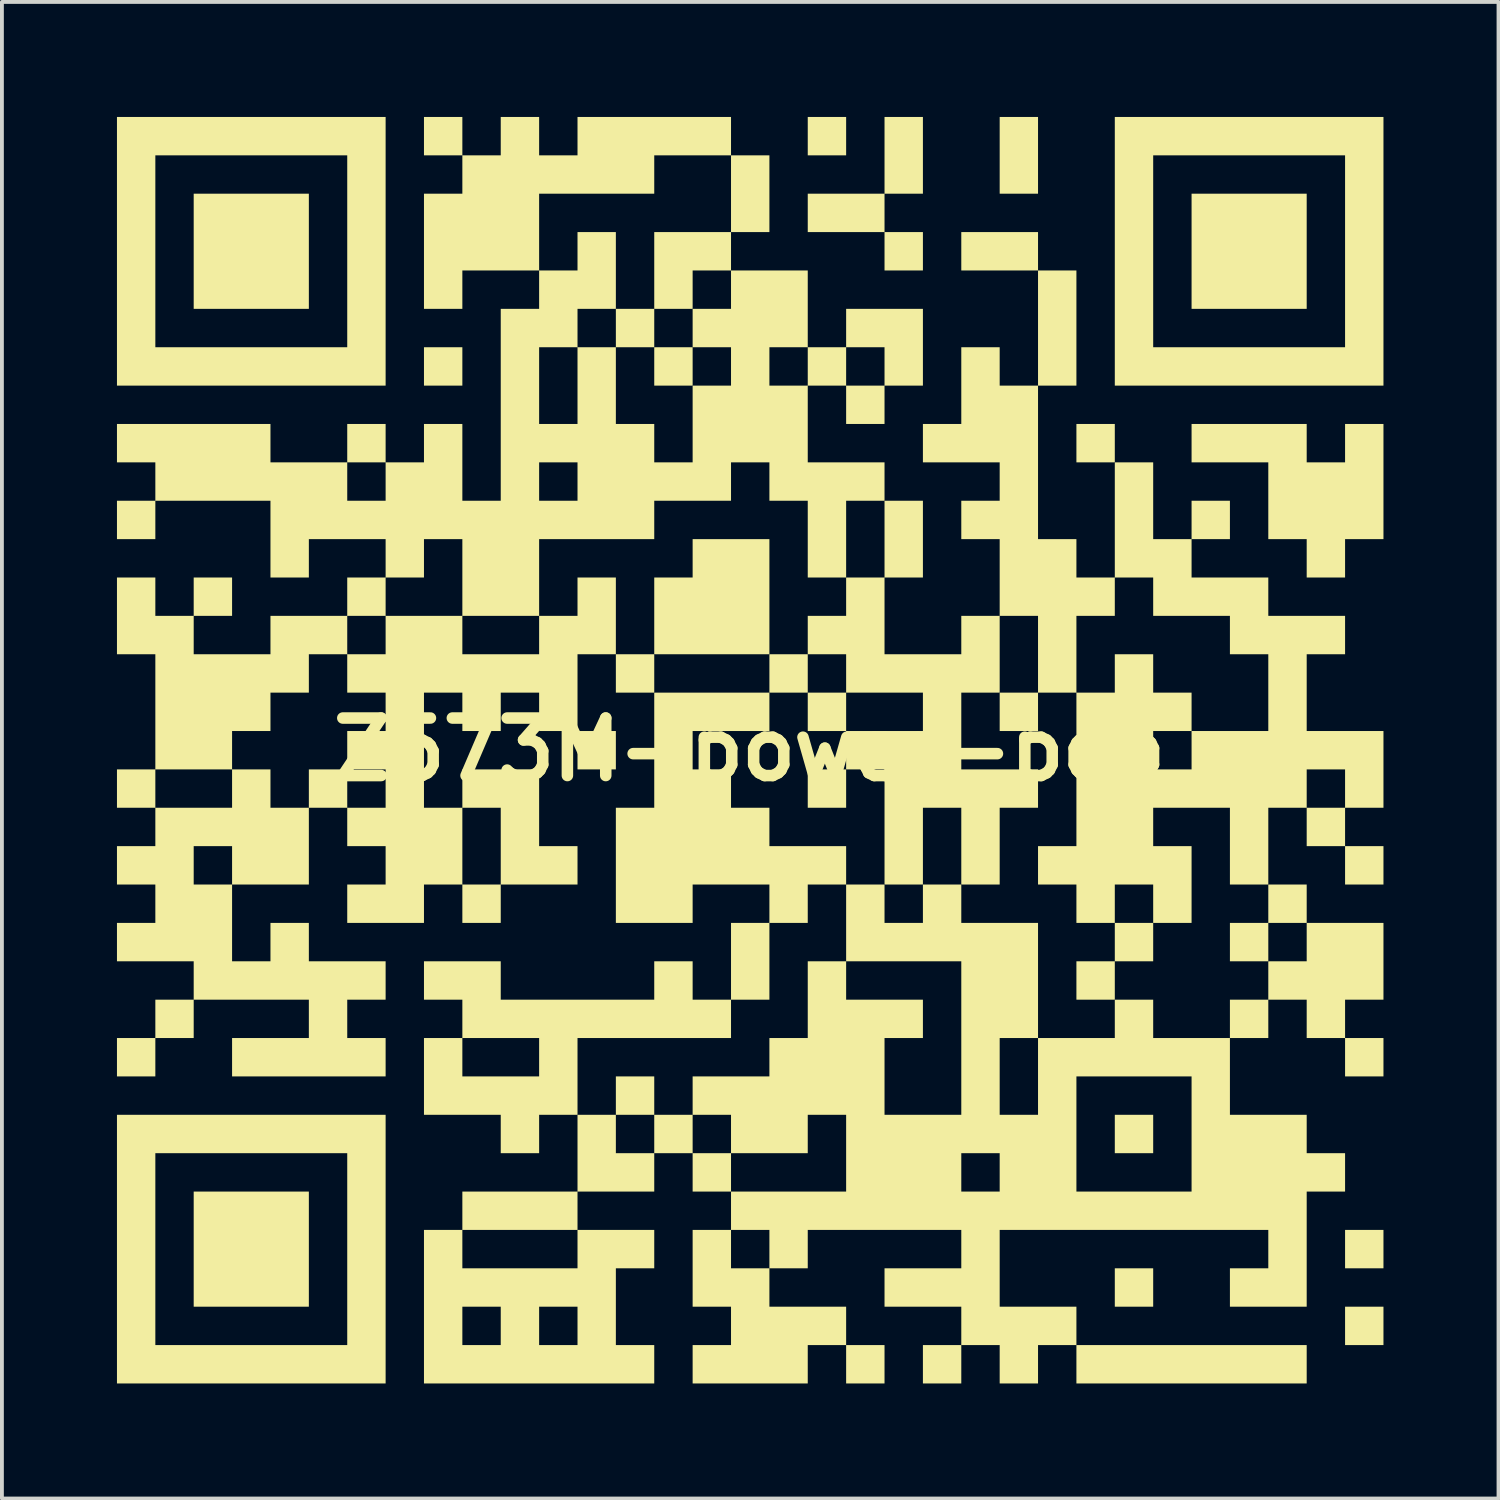
<source format=kicad_pcb>
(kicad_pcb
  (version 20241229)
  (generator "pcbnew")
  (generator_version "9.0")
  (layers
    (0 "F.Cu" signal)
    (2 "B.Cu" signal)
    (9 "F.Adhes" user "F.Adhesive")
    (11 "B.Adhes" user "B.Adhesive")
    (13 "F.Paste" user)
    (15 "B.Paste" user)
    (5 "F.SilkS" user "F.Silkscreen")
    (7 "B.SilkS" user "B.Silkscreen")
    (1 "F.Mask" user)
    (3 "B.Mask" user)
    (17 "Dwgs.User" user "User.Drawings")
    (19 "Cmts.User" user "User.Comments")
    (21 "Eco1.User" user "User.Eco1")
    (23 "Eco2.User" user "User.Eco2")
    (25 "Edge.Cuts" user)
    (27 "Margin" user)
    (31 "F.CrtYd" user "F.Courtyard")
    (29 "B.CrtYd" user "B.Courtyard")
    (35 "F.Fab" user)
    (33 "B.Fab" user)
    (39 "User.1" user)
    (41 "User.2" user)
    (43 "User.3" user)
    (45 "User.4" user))
  (footprint "Z573M-power-pcb"
    (layer "F.Cu")
    (at 16.496 16.496)
    (property "Reference" "Z573M-power-pcb" (at 0 0 0) (layer "F.SilkS") (effects (font (size 1.5 1.5) (thickness 0.3))))
    (attr board_only exclude_from_pos_files exclude_from_bom)
    (fp_poly (pts (xy -11.492 -12.993) (xy -11.492 -11.492) (xy -12.993 -11.492) (xy -14.495 -11.492) (xy -14.495 -12.993) (xy -14.495 -14.495) (xy -12.993 -14.495) (xy -11.492 -14.495)) (stroke (width 0) (type solid)) (fill yes) (layer "F.SilkS"))
    (fp_poly (pts (xy -11.492 13.028) (xy -11.492 14.529) (xy -12.993 14.529) (xy -14.495 14.529) (xy -14.495 13.028) (xy -14.495 11.527) (xy -12.993 11.527) (xy -11.492 11.527)) (stroke (width 0) (type solid)) (fill yes) (layer "F.SilkS"))
    (fp_poly (pts (xy -7.489 -9.991) (xy -7.489 -9.49) (xy -7.989 -9.49) (xy -8.49 -9.49) (xy -8.49 -9.991) (xy -8.49 -10.491) (xy -7.989 -10.491) (xy -7.489 -10.491)) (stroke (width 0) (type solid)) (fill yes) (layer "F.SilkS"))
    (fp_poly (pts (xy -3.486 0.017) (xy -3.486 0.518) (xy -3.986 0.518) (xy -4.486 0.518) (xy -4.486 0.017) (xy -4.486 -0.483) (xy -3.986 -0.483) (xy -3.486 -0.483)) (stroke (width 0) (type solid)) (fill yes) (layer "F.SilkS"))
    (fp_poly (pts (xy -2.485 -10.992) (xy -2.485 -10.491) (xy -2.985 -10.491) (xy -3.486 -10.491) (xy -3.486 -10.992) (xy -3.486 -11.492) (xy -2.985 -11.492) (xy -2.485 -11.492)) (stroke (width 0) (type solid)) (fill yes) (layer "F.SilkS"))
    (fp_poly (pts (xy -2.485 -1.984) (xy -2.485 -1.484) (xy -2.985 -1.484) (xy -3.486 -1.484) (xy -3.486 -1.984) (xy -3.486 -2.485) (xy -2.985 -2.485) (xy -2.485 -2.485)) (stroke (width 0) (type solid)) (fill yes) (layer "F.SilkS"))
    (fp_poly (pts (xy -2.485 9.025) (xy -2.485 9.525) (xy -2.985 9.525) (xy -3.486 9.525) (xy -3.486 9.025) (xy -3.486 8.524) (xy -2.985 8.524) (xy -2.485 8.524)) (stroke (width 0) (type solid)) (fill yes) (layer "F.SilkS"))
    (fp_poly (pts (xy -1.484 -9.991) (xy -1.484 -9.49) (xy -1.984 -9.49) (xy -2.485 -9.49) (xy -2.485 -9.991) (xy -2.485 -10.491) (xy -1.984 -10.491) (xy -1.484 -10.491)) (stroke (width 0) (type solid)) (fill yes) (layer "F.SilkS"))
    (fp_poly (pts (xy 1.518 -1.984) (xy 1.518 -1.484) (xy 1.018 -1.484) (xy 0.518 -1.484) (xy 0.518 -1.984) (xy 0.518 -2.485) (xy 1.018 -2.485) (xy 1.518 -2.485)) (stroke (width 0) (type solid)) (fill yes) (layer "F.SilkS"))
    (fp_poly (pts (xy 2.519 -15.996) (xy 2.519 -15.495) (xy 2.019 -15.495) (xy 1.518 -15.495) (xy 1.518 -15.996) (xy 1.518 -16.496) (xy 2.019 -16.496) (xy 2.519 -16.496)) (stroke (width 0) (type solid)) (fill yes) (layer "F.SilkS"))
    (fp_poly (pts (xy 2.519 -0.984) (xy 2.519 -0.483) (xy 2.019 -0.483) (xy 1.518 -0.483) (xy 1.518 -0.984) (xy 1.518 -1.484) (xy 2.019 -1.484) (xy 2.519 -1.484)) (stroke (width 0) (type solid)) (fill yes) (layer "F.SilkS"))
    (fp_poly (pts (xy 2.519 1.018) (xy 2.519 1.518) (xy 2.019 1.518) (xy 1.518 1.518) (xy 1.518 1.018) (xy 1.518 0.518) (xy 2.019 0.518) (xy 2.519 0.518)) (stroke (width 0) (type solid)) (fill yes) (layer "F.SilkS"))
    (fp_poly (pts (xy 3.52 16.03) (xy 3.52 16.531) (xy 3.02 16.531) (xy 2.519 16.531) (xy 2.519 16.03) (xy 2.519 15.53) (xy 3.02 15.53) (xy 3.52 15.53)) (stroke (width 0) (type solid)) (fill yes) (layer "F.SilkS"))
    (fp_poly (pts (xy 4.521 -12.993) (xy 4.521 -12.493) (xy 4.021 -12.493) (xy 3.52 -12.493) (xy 3.52 -12.993) (xy 3.52 -13.494) (xy 4.021 -13.494) (xy 4.521 -13.494)) (stroke (width 0) (type solid)) (fill yes) (layer "F.SilkS"))
    (fp_poly (pts (xy 7.523 -15.495) (xy 7.523 -14.495) (xy 7.023 -14.495) (xy 6.523 -14.495) (xy 6.523 -15.495) (xy 6.523 -16.496) (xy 7.023 -16.496) (xy 7.523 -16.496)) (stroke (width 0) (type solid)) (fill yes) (layer "F.SilkS"))
    (fp_poly (pts (xy 7.523 -12.993) (xy 7.523 -12.493) (xy 6.523 -12.493) (xy 5.522 -12.493) (xy 5.522 -12.993) (xy 5.522 -13.494) (xy 6.523 -13.494) (xy 7.523 -13.494)) (stroke (width 0) (type solid)) (fill yes) (layer "F.SilkS"))
    (fp_poly (pts (xy 7.523 -0.984) (xy 7.523 -0.483) (xy 7.023 -0.483) (xy 6.523 -0.483) (xy 6.523 -0.984) (xy 6.523 -1.484) (xy 7.023 -1.484) (xy 7.523 -1.484)) (stroke (width 0) (type solid)) (fill yes) (layer "F.SilkS"))
    (fp_poly (pts (xy 9.525 -7.989) (xy 9.525 -7.489) (xy 9.025 -7.489) (xy 8.524 -7.489) (xy 8.524 -7.989) (xy 8.524 -8.49) (xy 9.025 -8.49) (xy 9.525 -8.49)) (stroke (width 0) (type solid)) (fill yes) (layer "F.SilkS"))
    (fp_poly (pts (xy 10.526 10.025) (xy 10.526 10.526) (xy 10.025 10.526) (xy 9.525 10.526) (xy 9.525 10.025) (xy 9.525 9.525) (xy 10.025 9.525) (xy 10.526 9.525)) (stroke (width 0) (type solid)) (fill yes) (layer "F.SilkS"))
    (fp_poly (pts (xy 10.526 14.029) (xy 10.526 14.529) (xy 10.025 14.529) (xy 9.525 14.529) (xy 9.525 14.029) (xy 9.525 13.528) (xy 10.025 13.528) (xy 10.526 13.528)) (stroke (width 0) (type solid)) (fill yes) (layer "F.SilkS"))
    (fp_poly (pts (xy 13.528 5.021) (xy 13.528 5.522) (xy 13.028 5.522) (xy 12.527 5.522) (xy 12.527 5.021) (xy 12.527 4.521) (xy 13.028 4.521) (xy 13.528 4.521)) (stroke (width 0) (type solid)) (fill yes) (layer "F.SilkS"))
    (fp_poly (pts (xy 14.529 -12.993) (xy 14.529 -11.492) (xy 13.028 -11.492) (xy 11.527 -11.492) (xy 11.527 -12.993) (xy 11.527 -14.495) (xy 13.028 -14.495) (xy 14.529 -14.495)) (stroke (width 0) (type solid)) (fill yes) (layer "F.SilkS"))
    (fp_poly (pts (xy 14.529 4.021) (xy 14.529 4.521) (xy 14.029 4.521) (xy 13.528 4.521) (xy 13.528 4.021) (xy 13.528 3.52) (xy 14.029 3.52) (xy 14.529 3.52)) (stroke (width 0) (type solid)) (fill yes) (layer "F.SilkS"))
    (fp_poly (pts (xy 14.529 16.03) (xy 14.529 16.531) (xy 11.527 16.531) (xy 8.524 16.531) (xy 8.524 16.03) (xy 8.524 15.53) (xy 11.527 15.53) (xy 14.529 15.53)) (stroke (width 0) (type solid)) (fill yes) (layer "F.SilkS"))
    (fp_poly (pts (xy 16.531 3.02) (xy 16.531 3.52) (xy 16.03 3.52) (xy 15.53 3.52) (xy 15.53 3.02) (xy 15.53 2.519) (xy 16.03 2.519) (xy 16.531 2.519)) (stroke (width 0) (type solid)) (fill yes) (layer "F.SilkS"))
    (fp_poly (pts (xy 16.531 8.024) (xy 16.531 8.524) (xy 16.03 8.524) (xy 15.53 8.524) (xy 15.53 8.024) (xy 15.53 7.523) (xy 16.03 7.523) (xy 16.531 7.523)) (stroke (width 0) (type solid)) (fill yes) (layer "F.SilkS"))
    (fp_poly (pts (xy 16.531 13.028) (xy 16.531 13.528) (xy 16.03 13.528) (xy 15.53 13.528) (xy 15.53 13.028) (xy 15.53 12.527) (xy 16.03 12.527) (xy 16.531 12.527)) (stroke (width 0) (type solid)) (fill yes) (layer "F.SilkS"))
    (fp_poly (pts (xy 16.531 15.029) (xy 16.531 15.53) (xy 16.03 15.53) (xy 15.53 15.53) (xy 15.53 15.029) (xy 15.53 14.529) (xy 16.03 14.529) (xy 16.531 14.529)) (stroke (width 0) (type solid)) (fill yes) (layer "F.SilkS"))
    (fp_poly (pts (xy 0.518 -3.986) (xy 0.518 -2.485) (xy -0.984 -2.485) (xy -2.485 -2.485) (xy -2.485 -3.486) (xy -2.485 -4.486) (xy -1.984 -4.486) (xy -1.484 -4.486) (xy -1.484 -4.987) (xy -1.484 -5.487) (xy -0.483 -5.487) (xy 0.518 -5.487)) (stroke (width 0) (type solid)) (fill yes) (layer "F.SilkS"))
    (fp_poly (pts (xy 4.521 -15.495) (xy 4.521 -14.495) (xy 4.021 -14.495) (xy 3.52 -14.495) (xy 3.52 -13.994) (xy 3.52 -13.494) (xy 2.519 -13.494) (xy 1.518 -13.494) (xy 1.518 -13.994) (xy 1.518 -14.495) (xy 2.519 -14.495) (xy 3.52 -14.495) (xy 3.52 -15.495) (xy 3.52 -16.496) (xy 4.021 -16.496) (xy 4.521 -16.496)) (stroke (width 0) (type solid)) (fill yes) (layer "F.SilkS"))
    (fp_poly (pts (xy 10.526 5.021) (xy 10.526 5.522) (xy 10.025 5.522) (xy 9.525 5.522) (xy 9.525 6.022) (xy 9.525 6.523) (xy 9.025 6.523) (xy 8.524 6.523) (xy 8.524 6.022) (xy 8.524 5.522) (xy 9.025 5.522) (xy 9.525 5.522) (xy 9.525 5.021) (xy 9.525 4.521) (xy 10.025 4.521) (xy 10.526 4.521)) (stroke (width 0) (type solid)) (fill yes) (layer "F.SilkS"))
    (fp_poly (pts (xy -9.49 -12.993) (xy -9.49 -9.49) (xy -12.993 -9.49) (xy -16.496 -9.49) (xy -16.496 -12.993) (xy -16.496 -15.495) (xy -15.495 -15.495) (xy -15.495 -12.993) (xy -15.495 -10.491) (xy -12.993 -10.491) (xy -10.491 -10.491) (xy -10.491 -12.993) (xy -10.491 -15.495) (xy -12.993 -15.495) (xy -15.495 -15.495) (xy -16.496 -15.495) (xy -16.496 -16.496) (xy -12.993 -16.496) (xy -9.49 -16.496)) (stroke (width 0) (type solid)) (fill yes) (layer "F.SilkS"))
    (fp_poly (pts (xy -9.49 13.028) (xy -9.49 16.531) (xy -12.993 16.531) (xy -16.496 16.531) (xy -16.496 13.028) (xy -16.496 10.526) (xy -15.495 10.526) (xy -15.495 13.028) (xy -15.495 15.53) (xy -12.993 15.53) (xy -10.491 15.53) (xy -10.491 13.028) (xy -10.491 10.526) (xy -12.993 10.526) (xy -15.495 10.526) (xy -16.496 10.526) (xy -16.496 9.525) (xy -12.993 9.525) (xy -9.49 9.525)) (stroke (width 0) (type solid)) (fill yes) (layer "F.SilkS"))
    (fp_poly (pts (xy 16.531 -12.993) (xy 16.531 -9.49) (xy 13.028 -9.49) (xy 9.525 -9.49) (xy 9.525 -12.993) (xy 9.525 -15.495) (xy 10.526 -15.495) (xy 10.526 -12.993) (xy 10.526 -10.491) (xy 13.028 -10.491) (xy 15.53 -10.491) (xy 15.53 -12.993) (xy 15.53 -15.495) (xy 13.028 -15.495) (xy 10.526 -15.495) (xy 9.525 -15.495) (xy 9.525 -16.496) (xy 13.028 -16.496) (xy 16.531 -16.496)) (stroke (width 0) (type solid)) (fill yes) (layer "F.SilkS"))
    (fp_poly (pts (xy 0.017 -15.495) (xy 0.518 -15.495) (xy 0.518 -14.495) (xy 0.518 -13.494) (xy 0.017 -13.494) (xy -0.483 -13.494) (xy -0.483 -12.993) (xy -0.483 -12.493) (xy -0.984 -12.493) (xy -1.484 -12.493) (xy -1.484 -11.993) (xy -1.484 -11.492) (xy -1.984 -11.492) (xy -2.485 -11.492) (xy -2.485 -12.493) (xy -2.485 -13.494) (xy -1.484 -13.494) (xy -0.483 -13.494) (xy -0.483 -14.495) (xy -0.483 -15.495)) (stroke (width 0) (type solid)) (fill yes) (layer "F.SilkS"))
    (fp_poly (pts (xy 14.529 -7.989) (xy 14.529 -7.489) (xy 15.029 -7.489) (xy 15.53 -7.489) (xy 15.53 -7.989) (xy 15.53 -8.49) (xy 16.03 -8.49) (xy 16.531 -8.49) (xy 16.531 -6.988) (xy 16.531 -5.487) (xy 16.03 -5.487) (xy 15.53 -5.487) (xy 15.53 -4.987) (xy 15.53 -4.486) (xy 15.029 -4.486) (xy 14.529 -4.486) (xy 14.529 -4.987) (xy 14.529 -5.487) (xy 14.029 -5.487) (xy 13.528 -5.487) (xy 13.528 -6.488) (xy 13.528 -7.489) (xy 12.527 -7.489) (xy 11.527 -7.489) (xy 11.527 -7.989) (xy 11.527 -8.49) (xy 13.028 -8.49) (xy 14.529 -8.49)) (stroke (width 0) (type solid)) (fill yes) (layer "F.SilkS"))
    (fp_poly (pts (xy 0.518 -0.984) (xy 0.518 -0.483) (xy -0.483 -0.483) (xy -1.484 -0.483) (xy -1.484 0.017) (xy -1.484 0.518) (xy -0.984 0.518) (xy -0.483 0.518) (xy -0.483 1.018) (xy -0.483 1.518) (xy 0.017 1.518) (xy 0.518 1.518) (xy 0.518 2.019) (xy 0.518 2.519) (xy 1.518 2.519) (xy 2.519 2.519) (xy 2.519 3.02) (xy 2.519 3.52) (xy 2.019 3.52) (xy 1.518 3.52) (xy 1.518 4.021) (xy 1.518 4.521) (xy 1.018 4.521) (xy 0.518 4.521) (xy 0.518 5.522) (xy 0.518 6.523) (xy 0.017 6.523) (xy -0.483 6.523) (xy -0.483 7.023) (xy -0.483 7.523) (xy -2.485 7.523) (xy -4.486 7.523) (xy -4.486 8.524) (xy -4.486 9.525) (xy -4.987 9.525) (xy -5.487 9.525) (xy -5.487 10.025) (xy -5.487 10.526) (xy -5.988 10.526) (xy -6.488 10.526) (xy -6.488 10.025) (xy -6.488 9.525) (xy -7.489 9.525) (xy -8.49 9.525) (xy -8.49 8.524) (xy -8.49 7.523) (xy -7.989 7.523) (xy -7.489 7.523) (xy -7.489 8.024) (xy -7.489 8.524) (xy -6.488 8.524) (xy -5.487 8.524) (xy -5.487 8.024) (xy -5.487 7.523) (xy -6.488 7.523) (xy -7.489 7.523) (xy -7.489 7.023) (xy -7.489 6.523) (xy -7.989 6.523) (xy -8.49 6.523) (xy -8.49 6.022) (xy -8.49 5.522) (xy -7.489 5.522) (xy -6.488 5.522) (xy -6.488 6.022) (xy -6.488 6.523) (xy -4.486 6.523) (xy -2.485 6.523) (xy -2.485 6.022) (xy -2.485 5.522) (xy -1.984 5.522) (xy -1.484 5.522) (xy -1.484 6.022) (xy -1.484 6.523) (xy -0.984 6.523) (xy -0.483 6.523) (xy -0.483 5.522) (xy -0.483 4.521) (xy 0.017 4.521) (xy 0.518 4.521) (xy 0.518 4.021) (xy 0.518 3.52) (xy -0.483 3.52) (xy -1.484 3.52) (xy -1.484 4.021) (xy -1.484 4.521) (xy -2.485 4.521) (xy -3.486 4.521) (xy -3.486 3.02) (xy -3.486 1.518) (xy -2.985 1.518) (xy -2.485 1.518) (xy -2.485 0.017) (xy -2.485 -1.484) (xy -0.984 -1.484) (xy 0.518 -1.484)) (stroke (width 0) (type solid)) (fill yes) (layer "F.SilkS"))
    (fp_poly (pts (xy 8.524 -10.992) (xy 8.524 -9.49) (xy 8.024 -9.49) (xy 7.523 -9.49) (xy 7.523 -7.489) (xy 7.523 -5.487) (xy 8.024 -5.487) (xy 8.524 -5.487) (xy 8.524 -4.987) (xy 8.524 -4.486) (xy 9.025 -4.486) (xy 9.525 -4.486) (xy 9.525 -5.988) (xy 9.525 -7.489) (xy 10.025 -7.489) (xy 10.526 -7.489) (xy 10.526 -6.488) (xy 10.526 -5.487) (xy 11.026 -5.487) (xy 11.527 -5.487) (xy 11.527 -5.988) (xy 11.527 -6.488) (xy 12.027 -6.488) (xy 12.527 -6.488) (xy 12.527 -5.988) (xy 12.527 -5.487) (xy 12.027 -5.487) (xy 11.527 -5.487) (xy 11.527 -4.987) (xy 11.527 -4.486) (xy 12.527 -4.486) (xy 13.528 -4.486) (xy 13.528 -3.986) (xy 13.528 -3.486) (xy 14.529 -3.486) (xy 15.53 -3.486) (xy 15.53 -2.985) (xy 15.53 -2.485) (xy 15.029 -2.485) (xy 14.529 -2.485) (xy 14.529 -1.484) (xy 14.529 -0.483) (xy 15.53 -0.483) (xy 16.531 -0.483) (xy 16.531 0.518) (xy 16.531 1.518) (xy 16.03 1.518) (xy 15.53 1.518) (xy 15.53 2.019) (xy 15.53 2.519) (xy 15.029 2.519) (xy 14.529 2.519) (xy 14.529 2.019) (xy 14.529 1.518) (xy 14.029 1.518) (xy 13.528 1.518) (xy 13.528 2.519) (xy 13.528 3.52) (xy 13.028 3.52) (xy 12.527 3.52) (xy 12.527 2.519) (xy 12.527 1.518) (xy 11.527 1.518) (xy 10.526 1.518) (xy 10.526 2.019) (xy 10.526 2.519) (xy 11.026 2.519) (xy 11.527 2.519) (xy 11.527 3.52) (xy 11.527 4.521) (xy 11.026 4.521) (xy 10.526 4.521) (xy 10.526 4.021) (xy 10.526 3.52) (xy 10.025 3.52) (xy 9.525 3.52) (xy 9.525 4.021) (xy 9.525 4.521) (xy 9.025 4.521) (xy 8.524 4.521) (xy 8.524 4.021) (xy 8.524 3.52) (xy 8.024 3.52) (xy 7.523 3.52) (xy 7.523 3.02) (xy 7.523 2.519) (xy 8.024 2.519) (xy 8.524 2.519) (xy 8.524 0.518) (xy 8.524 -1.484) (xy 9.025 -1.484) (xy 9.525 -1.484) (xy 9.525 -1.984) (xy 9.525 -2.485) (xy 10.025 -2.485) (xy 10.526 -2.485) (xy 10.526 -1.984) (xy 10.526 -1.484) (xy 11.026 -1.484) (xy 11.527 -1.484) (xy 11.527 -0.984) (xy 11.527 -0.483) (xy 11.026 -0.483) (xy 10.526 -0.483) (xy 10.526 0.017) (xy 10.526 0.518) (xy 11.026 0.518) (xy 11.527 0.518) (xy 14.529 0.518) (xy 14.529 1.018) (xy 14.529 1.518) (xy 15.029 1.518) (xy 15.53 1.518) (xy 15.53 1.018) (xy 15.53 0.518) (xy 15.029 0.518) (xy 14.529 0.518) (xy 11.527 0.518) (xy 11.527 0.017) (xy 11.527 -0.483) (xy 12.527 -0.483) (xy 13.528 -0.483) (xy 13.528 -1.484) (xy 13.528 -2.485) (xy 13.028 -2.485) (xy 12.527 -2.485) (xy 12.527 -2.985) (xy 12.527 -3.486) (xy 11.527 -3.486) (xy 10.526 -3.486) (xy 10.526 -3.986) (xy 10.526 -4.486) (xy 10.025 -4.486) (xy 9.525 -4.486) (xy 9.525 -3.986) (xy 9.525 -3.486) (xy 9.025 -3.486) (xy 8.524 -3.486) (xy 8.524 -2.485) (xy 8.524 -1.484) (xy 8.024 -1.484) (xy 7.523 -1.484) (xy 7.523 -2.485) (xy 7.523 -3.486) (xy 7.023 -3.486) (xy 6.523 -3.486) (xy 6.523 -2.485) (xy 6.523 -1.484) (xy 6.022 -1.484) (xy 5.522 -1.484) (xy 5.522 -0.483) (xy 5.522 0.518) (xy 6.523 0.518) (xy 7.523 0.518) (xy 7.523 1.018) (xy 7.523 1.518) (xy 7.023 1.518) (xy 6.523 1.518) (xy 6.523 2.519) (xy 6.523 3.52) (xy 6.022 3.52) (xy 5.522 3.52) (xy 5.522 2.519) (xy 5.522 1.518) (xy 5.021 1.518) (xy 4.521 1.518) (xy 4.521 2.519) (xy 4.521 3.52) (xy 4.021 3.52) (xy 3.52 3.52) (xy 3.52 2.019) (xy 3.52 0.518) (xy 3.02 0.518) (xy 2.519 0.518) (xy 2.519 0.017) (xy 2.519 -0.483) (xy 3.52 -0.483) (xy 4.521 -0.483) (xy 4.521 -0.984) (xy 4.521 -1.484) (xy 3.52 -1.484) (xy 2.519 -1.484) (xy 2.519 -1.984) (xy 2.519 -2.485) (xy 2.019 -2.485) (xy 1.518 -2.485) (xy 1.518 -2.985) (xy 1.518 -3.486) (xy 2.019 -3.486) (xy 2.519 -3.486) (xy 2.519 -3.986) (xy 2.519 -4.486) (xy 3.02 -4.486) (xy 3.52 -4.486) (xy 3.52 -5.487) (xy 3.52 -6.488) (xy 4.021 -6.488) (xy 4.521 -6.488) (xy 4.521 -5.487) (xy 4.521 -4.486) (xy 4.021 -4.486) (xy 3.52 -4.486) (xy 3.52 -3.486) (xy 3.52 -2.485) (xy 4.521 -2.485) (xy 5.522 -2.485) (xy 5.522 -2.985) (xy 5.522 -3.486) (xy 6.022 -3.486) (xy 6.523 -3.486) (xy 6.523 -4.486) (xy 6.523 -5.487) (xy 6.022 -5.487) (xy 5.522 -5.487) (xy 5.522 -5.988) (xy 5.522 -6.488) (xy 6.022 -6.488) (xy 6.523 -6.488) (xy 6.523 -6.988) (xy 6.523 -7.489) (xy 5.522 -7.489) (xy 4.521 -7.489) (xy 4.521 -7.989) (xy 4.521 -8.49) (xy 5.021 -8.49) (xy 5.522 -8.49) (xy 5.522 -9.49) (xy 5.522 -10.491) (xy 6.022 -10.491) (xy 6.523 -10.491) (xy 6.523 -9.991) (xy 6.523 -9.49) (xy 7.023 -9.49) (xy 7.523 -9.49) (xy 7.523 -10.992) (xy 7.523 -12.493) (xy 8.024 -12.493) (xy 8.524 -12.493)) (stroke (width 0) (type solid)) (fill yes) (layer "F.SilkS"))
    (fp_poly (pts (xy 3.52 4.021) (xy 3.52 4.521) (xy 4.021 4.521) (xy 4.521 4.521) (xy 4.521 4.021) (xy 4.521 3.52) (xy 5.021 3.52) (xy 5.522 3.52) (xy 5.522 4.021) (xy 5.522 4.521) (xy 6.523 4.521) (xy 7.523 4.521) (xy 7.523 6.022) (xy 7.523 7.523) (xy 7.023 7.523) (xy 6.523 7.523) (xy 6.523 8.524) (xy 6.523 9.525) (xy 7.023 9.525) (xy 7.523 9.525) (xy 7.523 8.524) (xy 8.524 8.524) (xy 8.524 10.025) (xy 8.524 11.527) (xy 10.025 11.527) (xy 11.527 11.527) (xy 11.527 10.025) (xy 11.527 8.524) (xy 10.025 8.524) (xy 8.524 8.524) (xy 7.523 8.524) (xy 7.523 7.523) (xy 8.524 7.523) (xy 9.525 7.523) (xy 9.525 7.023) (xy 9.525 6.523) (xy 10.025 6.523) (xy 10.526 6.523) (xy 10.526 7.023) (xy 10.526 7.523) (xy 11.527 7.523) (xy 12.527 7.523) (xy 12.527 7.023) (xy 12.527 6.523) (xy 13.028 6.523) (xy 13.528 6.523) (xy 13.528 6.022) (xy 13.528 5.522) (xy 14.029 5.522) (xy 14.529 5.522) (xy 14.529 5.021) (xy 14.529 4.521) (xy 15.53 4.521) (xy 16.531 4.521) (xy 16.531 5.522) (xy 16.531 6.523) (xy 16.03 6.523) (xy 15.53 6.523) (xy 15.53 7.023) (xy 15.53 7.523) (xy 15.029 7.523) (xy 14.529 7.523) (xy 14.529 7.023) (xy 14.529 6.523) (xy 14.029 6.523) (xy 13.528 6.523) (xy 13.528 7.023) (xy 13.528 7.523) (xy 13.028 7.523) (xy 12.527 7.523) (xy 12.527 8.524) (xy 12.527 9.525) (xy 13.528 9.525) (xy 14.529 9.525) (xy 14.529 10.025) (xy 14.529 10.526) (xy 15.029 10.526) (xy 15.53 10.526) (xy 15.53 11.026) (xy 15.53 11.527) (xy 15.029 11.527) (xy 14.529 11.527) (xy 14.529 13.028) (xy 14.529 14.529) (xy 13.528 14.529) (xy 12.527 14.529) (xy 12.527 14.029) (xy 12.527 13.528) (xy 13.028 13.528) (xy 13.528 13.528) (xy 13.528 13.028) (xy 13.528 12.527) (xy 10.025 12.527) (xy 6.523 12.527) (xy 6.523 13.528) (xy 6.523 14.529) (xy 7.523 14.529) (xy 8.524 14.529) (xy 8.524 15.029) (xy 8.524 15.53) (xy 8.024 15.53) (xy 7.523 15.53) (xy 7.523 16.03) (xy 7.523 16.531) (xy 7.023 16.531) (xy 6.523 16.531) (xy 6.523 16.03) (xy 6.523 15.53) (xy 6.022 15.53) (xy 5.522 15.53) (xy 5.522 16.03) (xy 5.522 16.531) (xy 5.021 16.531) (xy 4.521 16.531) (xy 4.521 16.03) (xy 4.521 15.53) (xy 5.021 15.53) (xy 5.522 15.53) (xy 5.522 15.029) (xy 5.522 14.529) (xy 4.521 14.529) (xy 3.52 14.529) (xy 3.52 14.029) (xy 3.52 13.528) (xy 4.521 13.528) (xy 5.522 13.528) (xy 5.522 13.028) (xy 5.522 12.527) (xy 3.52 12.527) (xy 1.518 12.527) (xy 1.518 13.028) (xy 1.518 13.528) (xy 1.018 13.528) (xy 0.518 13.528) (xy 0.518 14.029) (xy 0.518 14.529) (xy 1.518 14.529) (xy 2.519 14.529) (xy 2.519 15.029) (xy 2.519 15.53) (xy 2.019 15.53) (xy 1.518 15.53) (xy 1.518 16.03) (xy 1.518 16.531) (xy 0.017 16.531) (xy -1.484 16.531) (xy -1.484 16.03) (xy -1.484 15.53) (xy -0.984 15.53) (xy -0.483 15.53) (xy -0.483 15.029) (xy -0.483 14.529) (xy -0.984 14.529) (xy -1.484 14.529) (xy -1.484 13.528) (xy -1.484 12.527) (xy -0.984 12.527) (xy -0.483 12.527) (xy -0.483 13.028) (xy -0.483 13.528) (xy 0.017 13.528) (xy 0.518 13.528) (xy 0.518 13.028) (xy 0.518 12.527) (xy 0.017 12.527) (xy -0.483 12.527) (xy -0.483 12.027) (xy -0.483 11.527) (xy -0.984 11.527) (xy -1.484 11.527) (xy -1.484 11.026) (xy -1.484 10.526) (xy -0.984 10.526) (xy -0.483 10.526) (xy -0.483 11.026) (xy -0.483 11.527) (xy 1.018 11.527) (xy 2.519 11.527) (xy 2.519 10.526) (xy 5.522 10.526) (xy 5.522 11.026) (xy 5.522 11.527) (xy 6.022 11.527) (xy 6.523 11.527) (xy 6.523 11.026) (xy 6.523 10.526) (xy 6.022 10.526) (xy 5.522 10.526) (xy 2.519 10.526) (xy 2.519 9.525) (xy 2.019 9.525) (xy 1.518 9.525) (xy 1.518 10.025) (xy 1.518 10.526) (xy 0.518 10.526) (xy -0.483 10.526) (xy -0.483 10.025) (xy -0.483 9.525) (xy -0.984 9.525) (xy -1.484 9.525) (xy -1.484 10.025) (xy -1.484 10.526) (xy -1.984 10.526) (xy -2.485 10.526) (xy -2.485 11.026) (xy -2.485 11.527) (xy -3.486 11.527) (xy -4.486 11.527) (xy -4.486 12.027) (xy -4.486 12.527) (xy -5.988 12.527) (xy -7.489 12.527) (xy -7.489 13.028) (xy -7.489 13.528) (xy -5.988 13.528) (xy -4.486 13.528) (xy -4.486 13.028) (xy -4.486 12.527) (xy -3.486 12.527) (xy -2.485 12.527) (xy -2.485 13.028) (xy -2.485 13.528) (xy -2.985 13.528) (xy -3.486 13.528) (xy -3.486 14.529) (xy -3.486 15.53) (xy -2.985 15.53) (xy -2.485 15.53) (xy -2.485 16.03) (xy -2.485 16.531) (xy -5.487 16.531) (xy -8.49 16.531) (xy -8.49 14.529) (xy -7.489 14.529) (xy -7.489 15.029) (xy -7.489 15.53) (xy -6.988 15.53) (xy -6.488 15.53) (xy -6.488 15.029) (xy -6.488 14.529) (xy -5.487 14.529) (xy -5.487 15.029) (xy -5.487 15.53) (xy -4.987 15.53) (xy -4.486 15.53) (xy -4.486 15.029) (xy -4.486 14.529) (xy -4.987 14.529) (xy -5.487 14.529) (xy -6.488 14.529) (xy -6.988 14.529) (xy -7.489 14.529) (xy -8.49 14.529) (xy -8.49 12.527) (xy -7.989 12.527) (xy -7.489 12.527) (xy -7.489 12.027) (xy -7.489 11.527) (xy -5.988 11.527) (xy -4.486 11.527) (xy -4.486 10.526) (xy -4.486 9.525) (xy -3.986 9.525) (xy -3.486 9.525) (xy -3.486 10.025) (xy -3.486 10.526) (xy -2.985 10.526) (xy -2.485 10.526) (xy -2.485 10.025) (xy -2.485 9.525) (xy -1.984 9.525) (xy -1.484 9.525) (xy -1.484 9.025) (xy -1.484 8.524) (xy -0.483 8.524) (xy 0.518 8.524) (xy 0.518 8.024) (xy 0.518 7.523) (xy 1.018 7.523) (xy 1.518 7.523) (xy 1.518 6.523) (xy 1.518 5.522) (xy 2.019 5.522) (xy 2.519 5.522) (xy 2.519 6.022) (xy 2.519 6.523) (xy 3.52 6.523) (xy 4.521 6.523) (xy 4.521 7.023) (xy 4.521 7.523) (xy 4.021 7.523) (xy 3.52 7.523) (xy 3.52 8.524) (xy 3.52 9.525) (xy 4.521 9.525) (xy 5.522 9.525) (xy 5.522 7.523) (xy 5.522 5.522) (xy 4.021 5.522) (xy 2.519 5.522) (xy 2.519 4.521) (xy 2.519 3.52) (xy 3.02 3.52) (xy 3.52 3.52)) (stroke (width 0) (type solid)) (fill yes) (layer "F.SilkS"))
    (fp_poly (pts (xy -7.489 -15.996) (xy -7.489 -15.495) (xy -6.988 -15.495) (xy -6.488 -15.495) (xy -6.488 -15.996) (xy -6.488 -16.496) (xy -5.988 -16.496) (xy -5.487 -16.496) (xy -5.487 -15.996) (xy -5.487 -15.495) (xy -4.987 -15.495) (xy -4.486 -15.495) (xy -4.486 -15.996) (xy -4.486 -16.496) (xy -2.485 -16.496) (xy -0.483 -16.496) (xy -0.483 -15.996) (xy -0.483 -15.495) (xy -1.484 -15.495) (xy -2.485 -15.495) (xy -2.485 -14.995) (xy -2.485 -14.495) (xy -3.986 -14.495) (xy -5.487 -14.495) (xy -5.487 -13.494) (xy -5.487 -12.493) (xy -4.987 -12.493) (xy -4.486 -12.493) (xy -4.486 -12.993) (xy -4.486 -13.494) (xy -3.986 -13.494) (xy -3.486 -13.494) (xy -3.486 -12.493) (xy -3.486 -11.492) (xy -3.986 -11.492) (xy -4.486 -11.492) (xy -4.486 -10.992) (xy -4.486 -10.491) (xy -4.987 -10.491) (xy -5.487 -10.491) (xy -5.487 -9.49) (xy -5.487 -8.49) (xy -4.987 -8.49) (xy -4.486 -8.49) (xy -4.486 -9.49) (xy -4.486 -10.491) (xy -3.986 -10.491) (xy -3.486 -10.491) (xy -3.486 -9.49) (xy -3.486 -8.49) (xy -2.985 -8.49) (xy -2.485 -8.49) (xy -2.485 -7.989) (xy -2.485 -7.489) (xy -1.984 -7.489) (xy -1.484 -7.489) (xy -1.484 -8.49) (xy -1.484 -9.49) (xy -0.984 -9.49) (xy -0.483 -9.49) (xy -0.483 -9.991) (xy -0.483 -10.491) (xy 0.518 -10.491) (xy 0.518 -9.991) (xy 0.518 -9.49) (xy 1.018 -9.49) (xy 1.518 -9.49) (xy 1.518 -9.991) (xy 1.518 -10.491) (xy 1.018 -10.491) (xy 0.518 -10.491) (xy -0.483 -10.491) (xy -0.984 -10.491) (xy -1.484 -10.491) (xy -1.484 -10.992) (xy -1.484 -11.492) (xy -0.984 -11.492) (xy -0.483 -11.492) (xy -0.483 -11.993) (xy -0.483 -12.493) (xy 0.518 -12.493) (xy 1.518 -12.493) (xy 1.518 -11.492) (xy 1.518 -10.491) (xy 2.019 -10.491) (xy 2.519 -10.491) (xy 2.519 -9.991) (xy 2.519 -9.49) (xy 3.02 -9.49) (xy 3.52 -9.49) (xy 3.52 -9.991) (xy 3.52 -10.491) (xy 3.02 -10.491) (xy 2.519 -10.491) (xy 2.519 -10.992) (xy 2.519 -11.492) (xy 3.52 -11.492) (xy 4.521 -11.492) (xy 4.521 -10.491) (xy 4.521 -9.49) (xy 4.021 -9.49) (xy 3.52 -9.49) (xy 3.52 -8.99) (xy 3.52 -8.49) (xy 3.02 -8.49) (xy 2.519 -8.49) (xy 2.519 -8.99) (xy 2.519 -9.49) (xy 2.019 -9.49) (xy 1.518 -9.49) (xy 1.518 -8.49) (xy 1.518 -7.489) (xy 2.519 -7.489) (xy 3.52 -7.489) (xy 3.52 -6.988) (xy 3.52 -6.488) (xy 3.02 -6.488) (xy 2.519 -6.488) (xy 2.519 -5.487) (xy 2.519 -4.486) (xy 2.019 -4.486) (xy 1.518 -4.486) (xy 1.518 -5.487) (xy 1.518 -6.488) (xy 1.018 -6.488) (xy 0.518 -6.488) (xy 0.518 -6.988) (xy 0.518 -7.489) (xy 0.017 -7.489) (xy -0.483 -7.489) (xy -0.483 -6.988) (xy -0.483 -6.488) (xy -1.484 -6.488) (xy -2.485 -6.488) (xy -2.485 -5.988) (xy -2.485 -5.487) (xy -3.986 -5.487) (xy -5.487 -5.487) (xy -5.487 -4.486) (xy -5.487 -3.486) (xy -6.488 -3.486) (xy -7.489 -3.486) (xy -7.489 -4.486) (xy -7.489 -5.487) (xy -7.989 -5.487) (xy -8.49 -5.487) (xy -8.49 -4.987) (xy -8.49 -4.486) (xy -8.99 -4.486) (xy -9.49 -4.486) (xy -9.49 -3.986) (xy -9.49 -3.486) (xy -9.991 -3.486) (xy -10.491 -3.486) (xy -10.491 -2.985) (xy -10.491 -2.485) (xy -10.992 -2.485) (xy -11.492 -2.485) (xy -11.492 -1.984) (xy -11.492 -1.484) (xy -11.993 -1.484) (xy -12.493 -1.484) (xy -12.493 -0.984) (xy -12.493 -0.483) (xy -12.993 -0.483) (xy -13.494 -0.483) (xy -13.494 0.017) (xy -13.494 0.518) (xy -14.495 0.518) (xy -15.495 0.518) (xy -15.495 1.018) (xy -15.495 1.518) (xy -14.495 1.518) (xy -13.494 1.518) (xy -13.494 1.018) (xy -13.494 0.518) (xy -12.993 0.518) (xy -12.493 0.518) (xy -12.493 1.018) (xy -12.493 1.518) (xy -11.993 1.518) (xy -11.492 1.518) (xy -11.492 1.018) (xy -11.492 0.518) (xy -10.992 0.518) (xy -10.491 0.518) (xy -10.491 1.018) (xy -10.491 1.518) (xy -9.991 1.518) (xy -9.49 1.518) (xy -9.49 1.018) (xy -9.49 0.518) (xy -9.991 0.518) (xy -10.491 0.518) (xy -10.491 0.017) (xy -10.491 -0.483) (xy -9.991 -0.483) (xy -9.49 -0.483) (xy -9.49 -0.984) (xy -9.49 -1.484) (xy -9.991 -1.484) (xy -10.491 -1.484) (xy -10.491 -1.984) (xy -10.491 -2.485) (xy -9.991 -2.485) (xy -9.49 -2.485) (xy -9.49 -2.985) (xy -9.49 -3.486) (xy -8.49 -3.486) (xy -7.489 -3.486) (xy -7.489 -2.985) (xy -7.489 -2.485) (xy -6.488 -2.485) (xy -5.487 -2.485) (xy -5.487 -2.985) (xy -5.487 -3.486) (xy -4.987 -3.486) (xy -4.486 -3.486) (xy -4.486 -3.986) (xy -4.486 -4.486) (xy -3.986 -4.486) (xy -3.486 -4.486) (xy -3.486 -3.486) (xy -3.486 -2.485) (xy -3.986 -2.485) (xy -4.486 -2.485) (xy -4.486 -1.484) (xy -4.486 -0.483) (xy -4.987 -0.483) (xy -5.487 -0.483) (xy -5.487 -0.984) (xy -5.487 -1.484) (xy -5.988 -1.484) (xy -6.488 -1.484) (xy -6.488 -0.984) (xy -6.488 -0.483) (xy -6.988 -0.483) (xy -7.489 -0.483) (xy -7.489 -0.984) (xy -7.489 -1.484) (xy -7.989 -1.484) (xy -8.49 -1.484) (xy -8.49 0.017) (xy -8.49 1.518) (xy -7.989 1.518) (xy -7.489 1.518) (xy -7.489 2.519) (xy -7.489 3.52) (xy -6.988 3.52) (xy -6.488 3.52) (xy -6.488 2.519) (xy -6.488 1.518) (xy -6.988 1.518) (xy -7.489 1.518) (xy -7.489 1.018) (xy -7.489 0.518) (xy -6.488 0.518) (xy -5.487 0.518) (xy -5.487 1.518) (xy -5.487 2.519) (xy -4.987 2.519) (xy -4.486 2.519) (xy -4.486 3.02) (xy -4.486 3.52) (xy -5.487 3.52) (xy -6.488 3.52) (xy -6.488 4.021) (xy -6.488 4.521) (xy -6.988 4.521) (xy -7.489 4.521) (xy -7.489 4.021) (xy -7.489 3.52) (xy -7.989 3.52) (xy -8.49 3.52) (xy -8.49 4.021) (xy -8.49 4.521) (xy -9.49 4.521) (xy -10.491 4.521) (xy -10.491 4.021) (xy -10.491 3.52) (xy -9.991 3.52) (xy -9.49 3.52) (xy -9.49 3.02) (xy -9.49 2.519) (xy -9.991 2.519) (xy -10.491 2.519) (xy -10.491 2.019) (xy -10.491 1.518) (xy -10.992 1.518) (xy -11.492 1.518) (xy -11.492 2.519) (xy -11.492 3.52) (xy -12.493 3.52) (xy -13.494 3.52) (xy -13.494 4.521) (xy -13.494 5.522) (xy -12.993 5.522) (xy -12.493 5.522) (xy -12.493 5.021) (xy -12.493 4.521) (xy -11.993 4.521) (xy -11.492 4.521) (xy -11.492 5.021) (xy -11.492 5.522) (xy -10.491 5.522) (xy -9.49 5.522) (xy -9.49 6.022) (xy -9.49 6.523) (xy -9.991 6.523) (xy -10.491 6.523) (xy -10.491 7.023) (xy -10.491 7.523) (xy -9.991 7.523) (xy -9.49 7.523) (xy -9.49 8.024) (xy -9.49 8.524) (xy -11.492 8.524) (xy -13.494 8.524) (xy -13.494 8.024) (xy -13.494 7.523) (xy -12.493 7.523) (xy -11.492 7.523) (xy -11.492 7.023) (xy -11.492 6.523) (xy -12.993 6.523) (xy -14.495 6.523) (xy -14.495 7.023) (xy -14.495 7.523) (xy -14.995 7.523) (xy -15.495 7.523) (xy -15.495 8.024) (xy -15.495 8.524) (xy -15.996 8.524) (xy -16.496 8.524) (xy -16.496 8.024) (xy -16.496 7.523) (xy -15.996 7.523) (xy -15.495 7.523) (xy -15.495 7.023) (xy -15.495 6.523) (xy -14.995 6.523) (xy -14.495 6.523) (xy -14.495 6.022) (xy -14.495 5.522) (xy -15.495 5.522) (xy -16.496 5.522) (xy -16.496 5.021) (xy -16.496 4.521) (xy -15.996 4.521) (xy -15.495 4.521) (xy -15.495 4.021) (xy -15.495 3.52) (xy -15.996 3.52) (xy -16.496 3.52) (xy -16.496 3.02) (xy -16.496 2.519) (xy -15.996 2.519) (xy -15.495 2.519) (xy -14.495 2.519) (xy -14.495 3.02) (xy -14.495 3.52) (xy -13.994 3.52) (xy -13.494 3.52) (xy -13.494 3.02) (xy -13.494 2.519) (xy -13.994 2.519) (xy -14.495 2.519) (xy -15.495 2.519) (xy -15.495 2.019) (xy -15.495 1.518) (xy -15.996 1.518) (xy -16.496 1.518) (xy -16.496 1.018) (xy -16.496 0.518) (xy -15.996 0.518) (xy -15.495 0.518) (xy -15.495 -0.984) (xy -15.495 -2.485) (xy -15.996 -2.485) (xy -16.496 -2.485) (xy -16.496 -3.486) (xy -16.496 -4.486) (xy -15.996 -4.486) (xy -15.495 -4.486) (xy -15.495 -3.986) (xy -15.495 -3.486) (xy -14.995 -3.486) (xy -14.495 -3.486) (xy -14.495 -3.986) (xy -14.495 -4.486) (xy -13.994 -4.486) (xy -13.494 -4.486) (xy -13.494 -3.986) (xy -13.494 -3.486) (xy -13.994 -3.486) (xy -14.495 -3.486) (xy -14.495 -2.985) (xy -14.495 -2.485) (xy -13.494 -2.485) (xy -12.493 -2.485) (xy -12.493 -2.985) (xy -12.493 -3.486) (xy -11.492 -3.486) (xy -10.491 -3.486) (xy -10.491 -3.986) (xy -10.491 -4.486) (xy -9.991 -4.486) (xy -9.49 -4.486) (xy -9.49 -4.987) (xy -9.49 -5.487) (xy -10.491 -5.487) (xy -11.492 -5.487) (xy -11.492 -4.987) (xy -11.492 -4.486) (xy -11.993 -4.486) (xy -12.493 -4.486) (xy -12.493 -5.487) (xy -12.493 -6.488) (xy -13.994 -6.488) (xy -15.495 -6.488) (xy -15.495 -5.988) (xy -15.495 -5.487) (xy -15.996 -5.487) (xy -16.496 -5.487) (xy -16.496 -5.988) (xy -16.496 -6.488) (xy -15.996 -6.488) (xy -15.495 -6.488) (xy -15.495 -6.988) (xy -15.495 -7.489) (xy -15.996 -7.489) (xy -16.496 -7.489) (xy -16.496 -7.989) (xy -16.496 -8.49) (xy -14.495 -8.49) (xy -12.493 -8.49) (xy -12.493 -7.989) (xy -12.493 -7.489) (xy -11.492 -7.489) (xy -10.491 -7.489) (xy -10.491 -6.988) (xy -10.491 -6.488) (xy -9.991 -6.488) (xy -9.49 -6.488) (xy -9.49 -6.988) (xy -9.49 -7.489) (xy -9.991 -7.489) (xy -10.491 -7.489) (xy -10.491 -7.989) (xy -10.491 -8.49) (xy -9.991 -8.49) (xy -9.49 -8.49) (xy -9.49 -7.989) (xy -9.49 -7.489) (xy -8.99 -7.489) (xy -8.49 -7.489) (xy -8.49 -7.989) (xy -8.49 -8.49) (xy -7.989 -8.49) (xy -7.489 -8.49) (xy -7.489 -7.489) (xy -7.489 -6.488) (xy -6.988 -6.488) (xy -6.488 -6.488) (xy -6.488 -7.489) (xy -5.487 -7.489) (xy -5.487 -6.988) (xy -5.487 -6.488) (xy -4.987 -6.488) (xy -4.486 -6.488) (xy -4.486 -6.988) (xy -4.486 -7.489) (xy -4.987 -7.489) (xy -5.487 -7.489) (xy -6.488 -7.489) (xy -6.488 -8.99) (xy -6.488 -11.492) (xy -5.988 -11.492) (xy -5.487 -11.492) (xy -5.487 -11.993) (xy -5.487 -12.493) (xy -6.488 -12.493) (xy -7.489 -12.493) (xy -7.489 -11.993) (xy -7.489 -11.492) (xy -7.989 -11.492) (xy -8.49 -11.492) (xy -8.49 -12.993) (xy -8.49 -14.495) (xy -7.989 -14.495) (xy -7.489 -14.495) (xy -7.489 -14.995) (xy -7.489 -15.495) (xy -7.989 -15.495) (xy -8.49 -15.495) (xy -8.49 -15.996) (xy -8.49 -16.496) (xy -7.989 -16.496) (xy -7.489 -16.496)) (stroke (width 0) (type solid)) (fill yes) (layer "F.SilkS")))
  (gr_rect
    (start -3 -3)
    (end 36.027 36.027)
    (stroke (width 0.1) (type default))
    (fill no)
    (layer "Edge.Cuts")))
</source>
